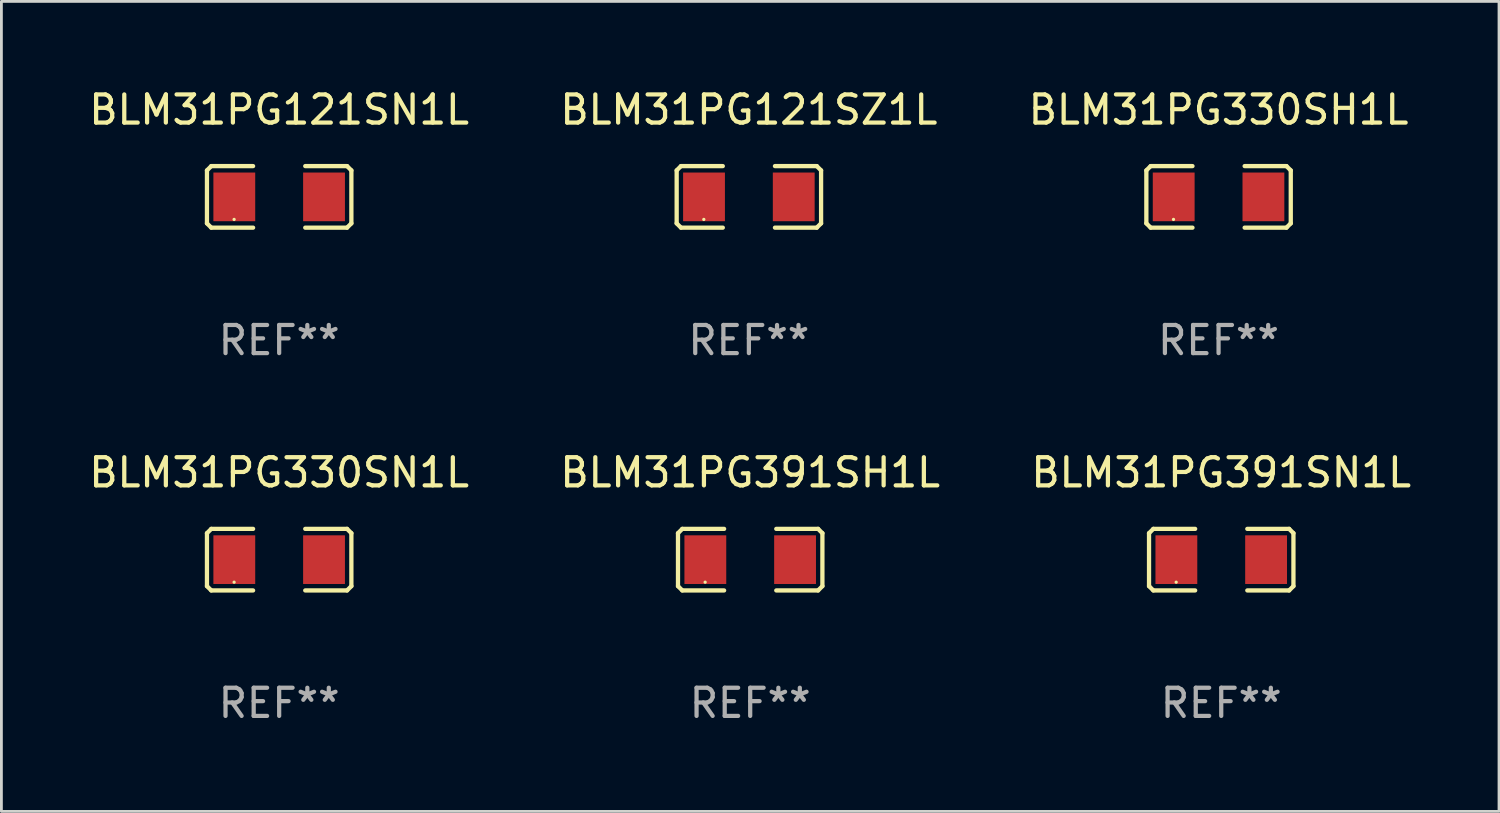
<source format=kicad_pcb>
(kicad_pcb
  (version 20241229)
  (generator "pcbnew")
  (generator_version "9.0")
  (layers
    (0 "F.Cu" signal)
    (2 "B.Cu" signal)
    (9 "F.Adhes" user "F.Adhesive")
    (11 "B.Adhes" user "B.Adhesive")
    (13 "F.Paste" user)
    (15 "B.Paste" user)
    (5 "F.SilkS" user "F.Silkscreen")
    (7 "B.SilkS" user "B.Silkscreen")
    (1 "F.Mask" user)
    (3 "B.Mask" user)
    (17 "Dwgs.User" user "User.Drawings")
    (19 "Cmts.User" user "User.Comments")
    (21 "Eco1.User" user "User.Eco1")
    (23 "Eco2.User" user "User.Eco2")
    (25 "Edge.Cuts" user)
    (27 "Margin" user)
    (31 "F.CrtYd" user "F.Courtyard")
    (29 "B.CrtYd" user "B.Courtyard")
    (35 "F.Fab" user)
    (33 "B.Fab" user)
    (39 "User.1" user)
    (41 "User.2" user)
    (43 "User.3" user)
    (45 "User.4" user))
  (footprint "BLM31PG330SN1L"
    (layer "F.Cu")
    (at 6.863 16.823)
    (property "Reference" "BLM31PG330SN1L" (at 0 -3.093 0) (layer "F.SilkS") (effects (font (size 1 1) (thickness 0.15))))
    (attr through_hole)
    (fp_line (start -2.564 -0.94) (end -2.411 -1.093) (stroke (width 0.152) (type solid)) (layer "F.SilkS"))
    (fp_line (start -2.564 0.94) (end -2.564 -0.94) (stroke (width 0.152) (type solid)) (layer "F.SilkS"))
    (fp_line (start -2.411 -1.093) (end -0.926 -1.093) (stroke (width 0.152) (type solid)) (layer "F.SilkS"))
    (fp_line (start -2.411 1.093) (end -2.564 0.94) (stroke (width 0.152) (type solid)) (layer "F.SilkS"))
    (fp_line (start -0.926 1.093) (end -2.411 1.093) (stroke (width 0.152) (type solid)) (layer "F.SilkS"))
    (fp_line (start 0.926 1.093) (end 2.411 1.093) (stroke (width 0.152) (type solid)) (layer "F.SilkS"))
    (fp_line (start 2.411 -1.093) (end 0.926 -1.093) (stroke (width 0.152) (type solid)) (layer "F.SilkS"))
    (fp_line (start 2.411 1.093) (end 2.564 0.94) (stroke (width 0.152) (type solid)) (layer "F.SilkS"))
    (fp_line (start 2.564 -0.94) (end 2.411 -1.093) (stroke (width 0.152) (type solid)) (layer "F.SilkS"))
    (fp_line (start 2.564 0.94) (end 2.564 -0.94) (stroke (width 0.152) (type solid)) (layer "F.SilkS"))
    (fp_circle (center -1.6 0.8) (end -1.57 0.8) (stroke (width 0.06) (type solid)) (fill no) (layer "F.SilkS"))
    (fp_text user "REF**" (at 0 5.093 0) (layer "F.Fab") (effects (font (size 1 1) (thickness 0.15))))
    (pad "1" smd rect (at -1.593 0) (size 1.485 1.728) (layers "F.Cu" "F.Mask" "F.Paste"))
    (pad "2" smd rect (at 1.593 0) (size 1.485 1.728) (layers "F.Cu" "F.Mask" "F.Paste")))
  (footprint "BLM31PG391SN1L"
    (layer "F.Cu")
    (at 40.315 16.823)
    (property "Reference" "BLM31PG391SN1L" (at 0 -3.093 0) (layer "F.SilkS") (effects (font (size 1 1) (thickness 0.15))))
    (attr through_hole)
    (fp_line (start -2.564 -0.94) (end -2.411 -1.093) (stroke (width 0.152) (type solid)) (layer "F.SilkS"))
    (fp_line (start -2.564 0.94) (end -2.564 -0.94) (stroke (width 0.152) (type solid)) (layer "F.SilkS"))
    (fp_line (start -2.411 -1.093) (end -0.926 -1.093) (stroke (width 0.152) (type solid)) (layer "F.SilkS"))
    (fp_line (start -2.411 1.093) (end -2.564 0.94) (stroke (width 0.152) (type solid)) (layer "F.SilkS"))
    (fp_line (start -0.926 1.093) (end -2.411 1.093) (stroke (width 0.152) (type solid)) (layer "F.SilkS"))
    (fp_line (start 0.926 1.093) (end 2.411 1.093) (stroke (width 0.152) (type solid)) (layer "F.SilkS"))
    (fp_line (start 2.411 -1.093) (end 0.926 -1.093) (stroke (width 0.152) (type solid)) (layer "F.SilkS"))
    (fp_line (start 2.411 1.093) (end 2.564 0.94) (stroke (width 0.152) (type solid)) (layer "F.SilkS"))
    (fp_line (start 2.564 -0.94) (end 2.411 -1.093) (stroke (width 0.152) (type solid)) (layer "F.SilkS"))
    (fp_line (start 2.564 0.94) (end 2.564 -0.94) (stroke (width 0.152) (type solid)) (layer "F.SilkS"))
    (fp_circle (center -1.6 0.8) (end -1.57 0.8) (stroke (width 0.06) (type solid)) (fill no) (layer "F.SilkS"))
    (fp_text user "REF**" (at 0 5.093 0) (layer "F.Fab") (effects (font (size 1 1) (thickness 0.15))))
    (pad "1" smd rect (at -1.593 0) (size 1.485 1.728) (layers "F.Cu" "F.Mask" "F.Paste"))
    (pad "2" smd rect (at 1.593 0) (size 1.485 1.728) (layers "F.Cu" "F.Mask" "F.Paste")))
  (footprint "BLM31PG121SZ1L"
    (layer "F.Cu")
    (at 23.542 3.941)
    (property "Reference" "BLM31PG121SZ1L" (at 0 -3.093 0) (layer "F.SilkS") (effects (font (size 1 1) (thickness 0.15))))
    (attr through_hole)
    (fp_line (start -2.564 -0.94) (end -2.411 -1.093) (stroke (width 0.152) (type solid)) (layer "F.SilkS"))
    (fp_line (start -2.564 0.94) (end -2.564 -0.94) (stroke (width 0.152) (type solid)) (layer "F.SilkS"))
    (fp_line (start -2.411 -1.093) (end -0.926 -1.093) (stroke (width 0.152) (type solid)) (layer "F.SilkS"))
    (fp_line (start -2.411 1.093) (end -2.564 0.94) (stroke (width 0.152) (type solid)) (layer "F.SilkS"))
    (fp_line (start -0.926 1.093) (end -2.411 1.093) (stroke (width 0.152) (type solid)) (layer "F.SilkS"))
    (fp_line (start 0.926 1.093) (end 2.411 1.093) (stroke (width 0.152) (type solid)) (layer "F.SilkS"))
    (fp_line (start 2.411 -1.093) (end 0.926 -1.093) (stroke (width 0.152) (type solid)) (layer "F.SilkS"))
    (fp_line (start 2.411 1.093) (end 2.564 0.94) (stroke (width 0.152) (type solid)) (layer "F.SilkS"))
    (fp_line (start 2.564 -0.94) (end 2.411 -1.093) (stroke (width 0.152) (type solid)) (layer "F.SilkS"))
    (fp_line (start 2.564 0.94) (end 2.564 -0.94) (stroke (width 0.152) (type solid)) (layer "F.SilkS"))
    (fp_circle (center -1.6 0.8) (end -1.57 0.8) (stroke (width 0.06) (type solid)) (fill no) (layer "F.SilkS"))
    (fp_text user "REF**" (at 0 5.093 0) (layer "F.Fab") (effects (font (size 1 1) (thickness 0.15))))
    (pad "1" smd rect (at -1.593 0) (size 1.485 1.728) (layers "F.Cu" "F.Mask" "F.Paste"))
    (pad "2" smd rect (at 1.593 0) (size 1.485 1.728) (layers "F.Cu" "F.Mask" "F.Paste")))
  (footprint "BLM31PG121SN1L"
    (layer "F.Cu")
    (at 6.863 3.941)
    (property "Reference" "BLM31PG121SN1L" (at 0 -3.093 0) (layer "F.SilkS") (effects (font (size 1 1) (thickness 0.15))))
    (attr through_hole)
    (fp_line (start -2.564 -0.94) (end -2.411 -1.093) (stroke (width 0.152) (type solid)) (layer "F.SilkS"))
    (fp_line (start -2.564 0.94) (end -2.564 -0.94) (stroke (width 0.152) (type solid)) (layer "F.SilkS"))
    (fp_line (start -2.411 -1.093) (end -0.926 -1.093) (stroke (width 0.152) (type solid)) (layer "F.SilkS"))
    (fp_line (start -2.411 1.093) (end -2.564 0.94) (stroke (width 0.152) (type solid)) (layer "F.SilkS"))
    (fp_line (start -0.926 1.093) (end -2.411 1.093) (stroke (width 0.152) (type solid)) (layer "F.SilkS"))
    (fp_line (start 0.926 1.093) (end 2.411 1.093) (stroke (width 0.152) (type solid)) (layer "F.SilkS"))
    (fp_line (start 2.411 -1.093) (end 0.926 -1.093) (stroke (width 0.152) (type solid)) (layer "F.SilkS"))
    (fp_line (start 2.411 1.093) (end 2.564 0.94) (stroke (width 0.152) (type solid)) (layer "F.SilkS"))
    (fp_line (start 2.564 -0.94) (end 2.411 -1.093) (stroke (width 0.152) (type solid)) (layer "F.SilkS"))
    (fp_line (start 2.564 0.94) (end 2.564 -0.94) (stroke (width 0.152) (type solid)) (layer "F.SilkS"))
    (fp_circle (center -1.6 0.8) (end -1.57 0.8) (stroke (width 0.06) (type solid)) (fill no) (layer "F.SilkS"))
    (fp_text user "REF**" (at 0 5.093 0) (layer "F.Fab") (effects (font (size 1 1) (thickness 0.15))))
    (pad "1" smd rect (at -1.593 0) (size 1.485 1.728) (layers "F.Cu" "F.Mask" "F.Paste"))
    (pad "2" smd rect (at 1.593 0) (size 1.485 1.728) (layers "F.Cu" "F.Mask" "F.Paste")))
  (footprint "BLM31PG391SH1L"
    (layer "F.Cu")
    (at 23.589 16.823)
    (property "Reference" "BLM31PG391SH1L" (at 0 -3.093 0) (layer "F.SilkS") (effects (font (size 1 1) (thickness 0.15))))
    (attr through_hole)
    (fp_line (start -2.564 -0.94) (end -2.411 -1.093) (stroke (width 0.152) (type solid)) (layer "F.SilkS"))
    (fp_line (start -2.564 0.94) (end -2.564 -0.94) (stroke (width 0.152) (type solid)) (layer "F.SilkS"))
    (fp_line (start -2.411 -1.093) (end -0.926 -1.093) (stroke (width 0.152) (type solid)) (layer "F.SilkS"))
    (fp_line (start -2.411 1.093) (end -2.564 0.94) (stroke (width 0.152) (type solid)) (layer "F.SilkS"))
    (fp_line (start -0.926 1.093) (end -2.411 1.093) (stroke (width 0.152) (type solid)) (layer "F.SilkS"))
    (fp_line (start 0.926 1.093) (end 2.411 1.093) (stroke (width 0.152) (type solid)) (layer "F.SilkS"))
    (fp_line (start 2.411 -1.093) (end 0.926 -1.093) (stroke (width 0.152) (type solid)) (layer "F.SilkS"))
    (fp_line (start 2.411 1.093) (end 2.564 0.94) (stroke (width 0.152) (type solid)) (layer "F.SilkS"))
    (fp_line (start 2.564 -0.94) (end 2.411 -1.093) (stroke (width 0.152) (type solid)) (layer "F.SilkS"))
    (fp_line (start 2.564 0.94) (end 2.564 -0.94) (stroke (width 0.152) (type solid)) (layer "F.SilkS"))
    (fp_circle (center -1.6 0.8) (end -1.57 0.8) (stroke (width 0.06) (type solid)) (fill no) (layer "F.SilkS"))
    (fp_text user "REF**" (at 0 5.093 0) (layer "F.Fab") (effects (font (size 1 1) (thickness 0.15))))
    (pad "1" smd rect (at -1.593 0) (size 1.485 1.728) (layers "F.Cu" "F.Mask" "F.Paste"))
    (pad "2" smd rect (at 1.593 0) (size 1.485 1.728) (layers "F.Cu" "F.Mask" "F.Paste")))
  (footprint "BLM31PG330SH1L"
    (layer "F.Cu")
    (at 40.22 3.941)
    (property "Reference" "BLM31PG330SH1L" (at 0 -3.093 0) (layer "F.SilkS") (effects (font (size 1 1) (thickness 0.15))))
    (attr through_hole)
    (fp_line (start -2.564 -0.94) (end -2.411 -1.093) (stroke (width 0.152) (type solid)) (layer "F.SilkS"))
    (fp_line (start -2.564 0.94) (end -2.564 -0.94) (stroke (width 0.152) (type solid)) (layer "F.SilkS"))
    (fp_line (start -2.411 -1.093) (end -0.926 -1.093) (stroke (width 0.152) (type solid)) (layer "F.SilkS"))
    (fp_line (start -2.411 1.093) (end -2.564 0.94) (stroke (width 0.152) (type solid)) (layer "F.SilkS"))
    (fp_line (start -0.926 1.093) (end -2.411 1.093) (stroke (width 0.152) (type solid)) (layer "F.SilkS"))
    (fp_line (start 0.926 1.093) (end 2.411 1.093) (stroke (width 0.152) (type solid)) (layer "F.SilkS"))
    (fp_line (start 2.411 -1.093) (end 0.926 -1.093) (stroke (width 0.152) (type solid)) (layer "F.SilkS"))
    (fp_line (start 2.411 1.093) (end 2.564 0.94) (stroke (width 0.152) (type solid)) (layer "F.SilkS"))
    (fp_line (start 2.564 -0.94) (end 2.411 -1.093) (stroke (width 0.152) (type solid)) (layer "F.SilkS"))
    (fp_line (start 2.564 0.94) (end 2.564 -0.94) (stroke (width 0.152) (type solid)) (layer "F.SilkS"))
    (fp_circle (center -1.6 0.8) (end -1.57 0.8) (stroke (width 0.06) (type solid)) (fill no) (layer "F.SilkS"))
    (fp_text user "REF**" (at 0 5.093 0) (layer "F.Fab") (effects (font (size 1 1) (thickness 0.15))))
    (pad "1" smd rect (at -1.593 0) (size 1.485 1.728) (layers "F.Cu" "F.Mask" "F.Paste"))
    (pad "2" smd rect (at 1.593 0) (size 1.485 1.728) (layers "F.Cu" "F.Mask" "F.Paste")))
  (gr_rect
    (start -3 -3)
    (end 50.179 25.763)
    (stroke (width 0.1) (type default))
    (fill no)
    (layer "Edge.Cuts")))
</source>
